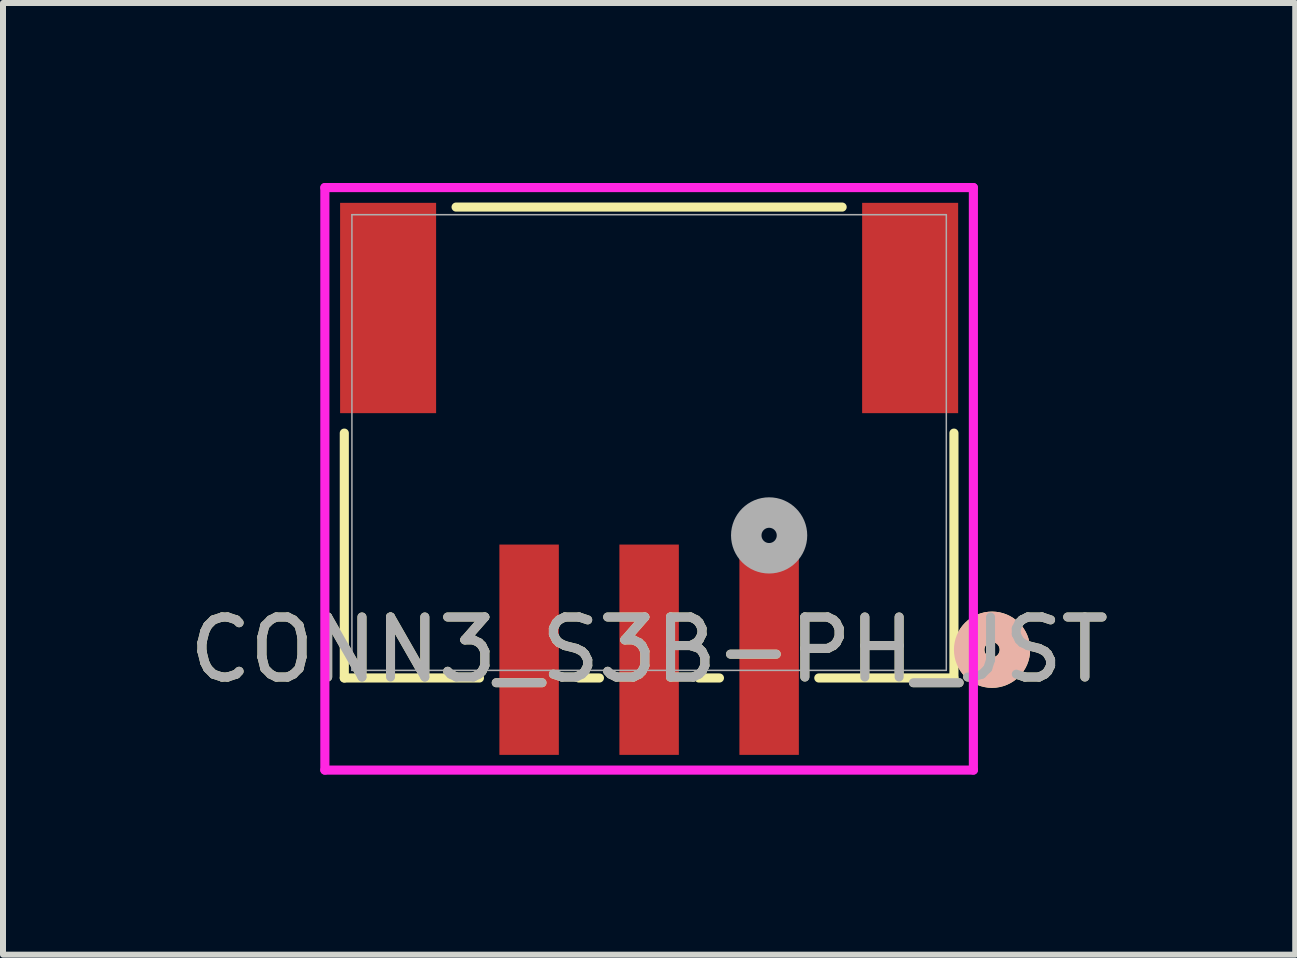
<source format=kicad_pcb>
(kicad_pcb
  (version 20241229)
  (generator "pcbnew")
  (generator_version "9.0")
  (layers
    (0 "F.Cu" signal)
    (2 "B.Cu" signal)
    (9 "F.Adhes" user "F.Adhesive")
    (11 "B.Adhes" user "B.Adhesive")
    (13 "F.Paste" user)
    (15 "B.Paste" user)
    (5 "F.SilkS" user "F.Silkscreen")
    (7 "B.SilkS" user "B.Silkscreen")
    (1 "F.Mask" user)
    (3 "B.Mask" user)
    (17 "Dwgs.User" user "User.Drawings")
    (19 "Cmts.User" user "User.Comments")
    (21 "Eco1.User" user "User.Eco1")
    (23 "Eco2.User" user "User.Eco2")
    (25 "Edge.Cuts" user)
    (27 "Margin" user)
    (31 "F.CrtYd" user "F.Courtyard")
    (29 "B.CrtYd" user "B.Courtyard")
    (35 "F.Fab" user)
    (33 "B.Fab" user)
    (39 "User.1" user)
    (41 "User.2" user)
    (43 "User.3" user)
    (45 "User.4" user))
  (footprint "CONN3_S3B-PH_JST"
    (layer "F.Cu")
    (at 7.768 4.325)
    (property "Reference" "CONN3_S3B-PH_JST" (at 0 3.453 0) (unlocked yes) (layer "F.SilkS") (effects (font (size 1 1) (thickness 0.15))))
    (attr smd)
    (fp_line (start -5.08 -0.157) (end -5.08 3.924) (stroke (width 0.152) (type solid)) (layer "F.SilkS"))
    (fp_line (start -5.08 3.924) (end -2.828 3.924) (stroke (width 0.152) (type solid)) (layer "F.SilkS"))
    (fp_line (start -1.172 3.924) (end -0.828 3.924) (stroke (width 0.152) (type solid)) (layer "F.SilkS"))
    (fp_line (start 0.828 3.924) (end 1.172 3.924) (stroke (width 0.152) (type solid)) (layer "F.SilkS"))
    (fp_line (start 2.828 3.924) (end 5.08 3.924) (stroke (width 0.152) (type solid)) (layer "F.SilkS"))
    (fp_line (start 3.217 -3.924) (end -3.217 -3.924) (stroke (width 0.152) (type solid)) (layer "F.SilkS"))
    (fp_line (start 5.08 3.924) (end 5.08 -0.157) (stroke (width 0.152) (type solid)) (layer "F.SilkS"))
    (fp_circle (center 5.715 3.453) (end 6.096 3.453) (stroke (width 0.508) (type solid)) (fill no) (layer "F.SilkS"))
    (fp_circle (center 5.715 3.453) (end 6.096 3.453) (stroke (width 0.508) (type solid)) (fill no) (layer "B.SilkS"))
    (fp_line (start -5.404 -4.249) (end -5.404 5.459) (stroke (width 0.152) (type solid)) (layer "F.CrtYd"))
    (fp_line (start -5.404 5.459) (end 5.404 5.459) (stroke (width 0.152) (type solid)) (layer "F.CrtYd"))
    (fp_line (start 5.404 -4.249) (end -5.404 -4.249) (stroke (width 0.152) (type solid)) (layer "F.CrtYd"))
    (fp_line (start 5.404 5.459) (end 5.404 -4.249) (stroke (width 0.152) (type solid)) (layer "F.CrtYd"))
    (fp_line (start -4.953 -3.797) (end -4.953 3.797) (stroke (width 0.025) (type solid)) (layer "F.Fab"))
    (fp_line (start -4.953 3.797) (end 4.953 3.797) (stroke (width 0.025) (type solid)) (layer "F.Fab"))
    (fp_line (start 4.953 -3.797) (end -4.953 -3.797) (stroke (width 0.025) (type solid)) (layer "F.Fab"))
    (fp_line (start 4.953 3.797) (end 4.953 -3.797) (stroke (width 0.025) (type solid)) (layer "F.Fab"))
    (fp_circle (center 2 1.548) (end 2.381 1.548) (stroke (width 0.508) (type solid)) (fill no) (layer "F.Fab"))
    (fp_text user "${REFERENCE}" (at 0 3.453 0) (unlocked yes) (layer "F.Fab") (effects (font (size 1 1) (thickness 0.15))))
    (pad "1" smd rect (at 2 3.453) (size 0.991 3.505) (layers "F.Cu" "F.Mask" "F.Paste"))
    (pad "2" smd rect (at 0 3.453) (size 0.991 3.505) (layers "F.Cu" "F.Mask" "F.Paste"))
    (pad "3" smd rect (at -2 3.453) (size 0.991 3.505) (layers "F.Cu" "F.Mask" "F.Paste"))
    (pad "4" smd rect (at -4.35 -2.242) (size 1.6 3.505) (layers "F.Cu" "F.Mask" "F.Paste"))
    (pad "5" smd rect (at 4.35 -2.242) (size 1.6 3.505) (layers "F.Cu" "F.Mask" "F.Paste")))
  (gr_rect
    (start -3 -3)
    (end 18.536 12.86)
    (stroke (width 0.1) (type default))
    (fill no)
    (layer "Edge.Cuts")))
</source>
